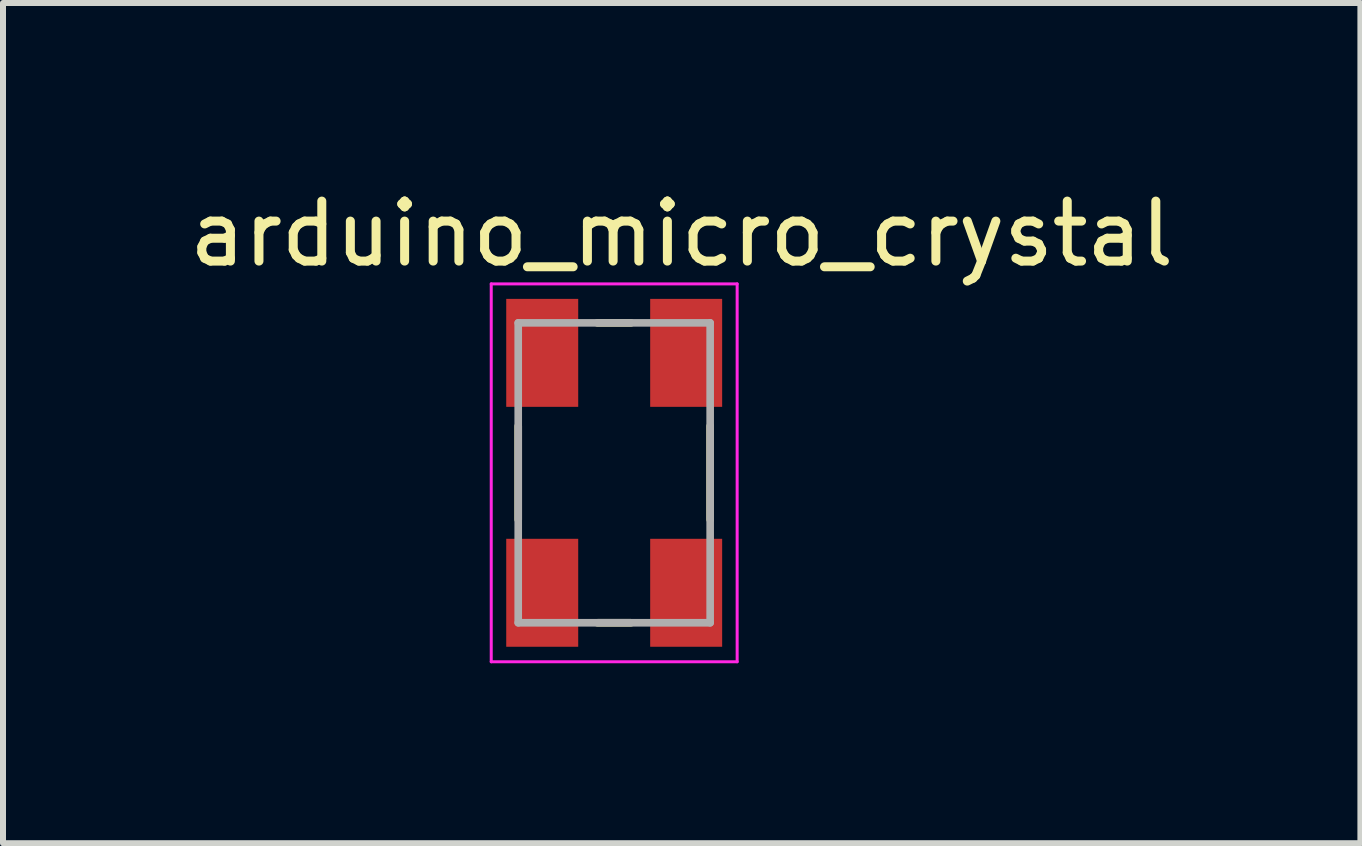
<source format=kicad_pcb>
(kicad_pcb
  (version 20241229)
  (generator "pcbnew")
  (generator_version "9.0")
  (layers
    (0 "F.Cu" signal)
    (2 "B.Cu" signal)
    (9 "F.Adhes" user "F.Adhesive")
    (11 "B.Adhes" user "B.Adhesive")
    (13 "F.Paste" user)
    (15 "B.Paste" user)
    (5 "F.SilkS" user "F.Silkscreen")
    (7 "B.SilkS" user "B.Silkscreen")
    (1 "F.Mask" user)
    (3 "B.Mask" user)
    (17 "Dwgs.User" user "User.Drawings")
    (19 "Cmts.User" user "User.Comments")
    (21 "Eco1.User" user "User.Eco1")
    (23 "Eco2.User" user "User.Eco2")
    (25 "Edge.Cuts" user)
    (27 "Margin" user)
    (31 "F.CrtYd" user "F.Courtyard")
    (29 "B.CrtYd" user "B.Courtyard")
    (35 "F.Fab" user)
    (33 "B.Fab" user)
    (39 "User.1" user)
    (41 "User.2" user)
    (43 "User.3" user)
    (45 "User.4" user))
  (footprint "arduino_micro_crystal"
    (layer "F.Cu")
    (at 7.19 4.833)
    (property "Reference" "arduino_micro_crystal" (at 1.125 -3.985 0) (layer "F.SilkS") (effects (font (size 1 1) (thickness 0.15))))
    (attr smd)
    (fp_line (start -1.6 -0.78) (end -1.6 0.78) (stroke (width 0.127) (type solid)) (layer "F.SilkS"))
    (fp_line (start -0.28 -2.5) (end 0.28 -2.5) (stroke (width 0.127) (type solid)) (layer "F.SilkS"))
    (fp_line (start -0.28 2.5) (end 0.28 2.5) (stroke (width 0.127) (type solid)) (layer "F.SilkS"))
    (fp_line (start 1.6 -0.78) (end 1.6 0.78) (stroke (width 0.127) (type solid)) (layer "F.SilkS"))
    (fp_line (start -2.05 -3.15) (end -2.05 3.15) (stroke (width 0.05) (type solid)) (layer "F.CrtYd"))
    (fp_line (start -2.05 -3.15) (end 2.05 -3.15) (stroke (width 0.05) (type solid)) (layer "F.CrtYd"))
    (fp_line (start 2.05 -3.15) (end 2.05 3.15) (stroke (width 0.05) (type solid)) (layer "F.CrtYd"))
    (fp_line (start 2.05 3.15) (end -2.05 3.15) (stroke (width 0.05) (type solid)) (layer "F.CrtYd"))
    (fp_line (start -1.6 -2.5) (end -1.6 2.5) (stroke (width 0.127) (type solid)) (layer "F.Fab"))
    (fp_line (start -1.6 -2.5) (end 1.6 -2.5) (stroke (width 0.127) (type solid)) (layer "F.Fab"))
    (fp_line (start 1.6 -2.5) (end 1.6 2.5) (stroke (width 0.127) (type solid)) (layer "F.Fab"))
    (fp_line (start 1.6 2.5) (end -1.6 2.5) (stroke (width 0.127) (type solid)) (layer "F.Fab"))
    (pad "" smd rect (at -1.2 2) (size 1.2 1.8) (layers "F.Cu" "F.Mask" "F.Paste"))
    (pad "" smd rect (at 1.2 -2) (size 1.2 1.8) (layers "F.Cu" "F.Mask" "F.Paste"))
    (pad "1" smd rect (at -1.2 -2) (size 1.2 1.8) (layers "F.Cu" "F.Mask" "F.Paste"))
    (pad "2" smd rect (at 1.2 2) (size 1.2 1.8) (layers "F.Cu" "F.Mask" "F.Paste")))
  (gr_rect
    (start -3 -3)
    (end 19.631 11.008)
    (stroke (width 0.1) (type default))
    (fill no)
    (layer "Edge.Cuts")))
</source>
